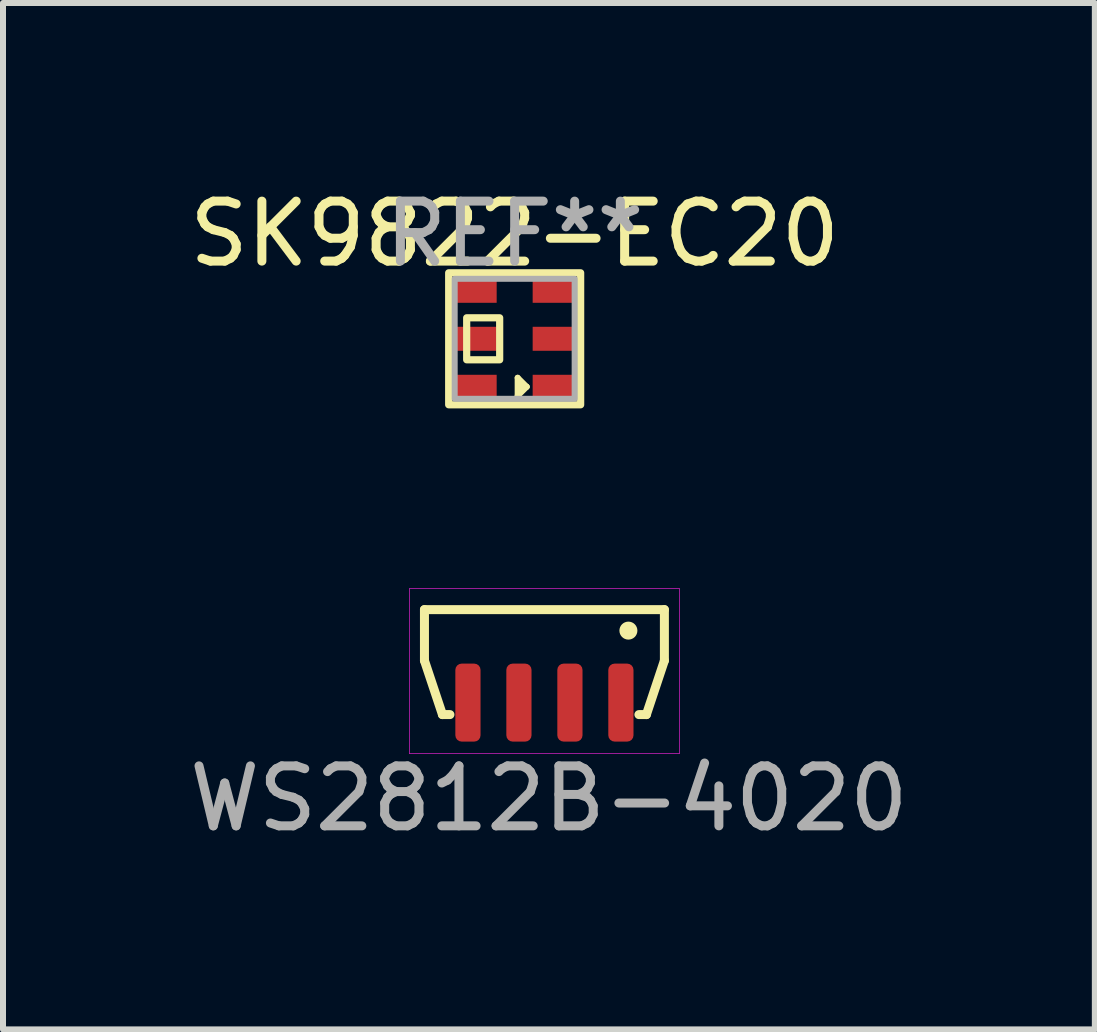
<source format=kicad_pcb>
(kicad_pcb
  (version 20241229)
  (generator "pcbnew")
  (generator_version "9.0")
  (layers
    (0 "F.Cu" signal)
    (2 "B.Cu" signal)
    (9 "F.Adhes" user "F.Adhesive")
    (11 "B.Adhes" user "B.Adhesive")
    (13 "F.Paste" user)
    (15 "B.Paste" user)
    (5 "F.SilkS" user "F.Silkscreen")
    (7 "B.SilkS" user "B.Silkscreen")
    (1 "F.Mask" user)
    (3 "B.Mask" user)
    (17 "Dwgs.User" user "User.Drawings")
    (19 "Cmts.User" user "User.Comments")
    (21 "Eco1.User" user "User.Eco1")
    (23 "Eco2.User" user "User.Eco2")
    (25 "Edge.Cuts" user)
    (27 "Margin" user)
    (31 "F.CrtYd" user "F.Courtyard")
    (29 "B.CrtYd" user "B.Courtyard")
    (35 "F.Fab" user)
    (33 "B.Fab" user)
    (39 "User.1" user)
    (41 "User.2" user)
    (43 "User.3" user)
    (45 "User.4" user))
  (footprint "SK9822-EC20"
    (layer "F.Cu")
    (at 5.53 2.598)
    (property "Reference" "SK9822-EC20" (at 0 -1.75 0) (unlocked yes) (layer "F.SilkS") (effects (font (size 1 1) (thickness 0.15))))
    (attr smd)
    (fp_line (start 0.05 0.65) (end 0.05 0.95) (stroke (width 0.1) (type solid)) (layer "F.SilkS"))
    (fp_line (start 0.05 0.95) (end 0.2 0.8) (stroke (width 0.1) (type solid)) (layer "F.SilkS"))
    (fp_line (start 0.2 0.8) (end 0.05 0.65) (stroke (width 0.1) (type solid)) (layer "F.SilkS"))
    (fp_line (start 0.2 0.8) (end 0.1 0.8) (stroke (width 0.1) (type solid)) (layer "F.SilkS"))
    (fp_rect (start -1.1 -1.1) (end 1.1 1.1) (stroke (width 0.12) (type default)) (fill no) (layer "F.SilkS"))
    (fp_rect (start -0.8 -0.35) (end -0.25 0.35) (stroke (width 0.12) (type solid)) (fill no) (layer "F.SilkS"))
    (fp_rect (start -1 -1) (end 1 1) (stroke (width 0.1) (type default)) (fill no) (layer "F.Fab"))
    (fp_text user "REF**" (at 0 -1.75 0) (unlocked yes) (layer "F.Fab") (effects (font (size 1 1) (thickness 0.15))))
    (pad "1" smd rect (at -0.65 -0.8) (size 0.7 0.4) (layers "F.Cu" "F.Mask" "F.Paste"))
    (pad "2" smd rect (at -0.65 0) (size 0.7 0.4) (layers "F.Cu" "F.Mask" "F.Paste"))
    (pad "3" smd rect (at -0.65 0.8) (size 0.7 0.4) (layers "F.Cu" "F.Mask" "F.Paste"))
    (pad "4" smd rect (at 0.65 0.8) (size 0.7 0.4) (layers "F.Cu" "F.Mask" "F.Paste"))
    (pad "5" smd rect (at 0.65 0) (size 0.7 0.4) (layers "F.Cu" "F.Mask" "F.Paste"))
    (pad "6" smd rect (at 0.65 -0.8) (size 0.7 0.4) (layers "F.Cu" "F.Mask" "F.Paste")))
  (footprint "WS2812B-4020"
    (layer "F.Cu")
    (at 6.026 7.863)
    (property "Reference" "WS2812B-4020" (at 0.075 2.4 0) (layer "F.Fab") (effects (font (size 1 1) (thickness 0.15))))
    (attr through_hole)
    (fp_line (start -2 -0.75) (end 2 -0.75) (stroke (width 0.15) (type solid)) (layer "F.SilkS"))
    (fp_line (start -2 0.1) (end -2 -0.75) (stroke (width 0.15) (type solid)) (layer "F.SilkS"))
    (fp_line (start -2 0.1) (end -1.7 1) (stroke (width 0.15) (type solid)) (layer "F.SilkS"))
    (fp_line (start -1.7 1) (end -1.575 1) (stroke (width 0.15) (type solid)) (layer "F.SilkS"))
    (fp_line (start 1.7 1) (end 1.575 1) (stroke (width 0.15) (type solid)) (layer "F.SilkS"))
    (fp_line (start 2 -0.75) (end 2 0.1) (stroke (width 0.15) (type solid)) (layer "F.SilkS"))
    (fp_line (start 2 0.1) (end 1.7 1) (stroke (width 0.15) (type solid)) (layer "F.SilkS"))
    (fp_circle (center 1.4 -0.4) (end 1.475 -0.4) (stroke (width 0.15) (type solid)) (fill no) (layer "F.SilkS"))
    (fp_line (start -2.25 -1.1) (end -2.25 1.65) (stroke (width 0.01) (type solid)) (layer "F.CrtYd"))
    (fp_line (start -2.25 1.65) (end 2.25 1.65) (stroke (width 0.01) (type solid)) (layer "F.CrtYd"))
    (fp_line (start 2.25 -1.1) (end -2.25 -1.1) (stroke (width 0.01) (type solid)) (layer "F.CrtYd"))
    (fp_line (start 2.25 1.65) (end 2.25 -1.1) (stroke (width 0.01) (type solid)) (layer "F.CrtYd"))
    (pad "1" smd roundrect (at 1.275 0.8) (size 0.42 1.3) (layers "F.Cu" "F.Mask" "F.Paste") (roundrect_rratio 0.25))
    (pad "2" smd roundrect (at 0.425 0.8) (size 0.42 1.3) (layers "F.Cu" "F.Mask" "F.Paste") (roundrect_rratio 0.25))
    (pad "3" smd roundrect (at -0.425 0.8) (size 0.42 1.3) (layers "F.Cu" "F.Mask" "F.Paste") (roundrect_rratio 0.25))
    (pad "4" smd roundrect (at -1.275 0.8) (size 0.42 1.3) (layers "F.Cu" "F.Mask" "F.Paste") (roundrect_rratio 0.25)))
  (gr_rect
    (start -3 -3)
    (end 15.202 14.111)
    (stroke (width 0.1) (type default))
    (fill no)
    (layer "Edge.Cuts")))
</source>
